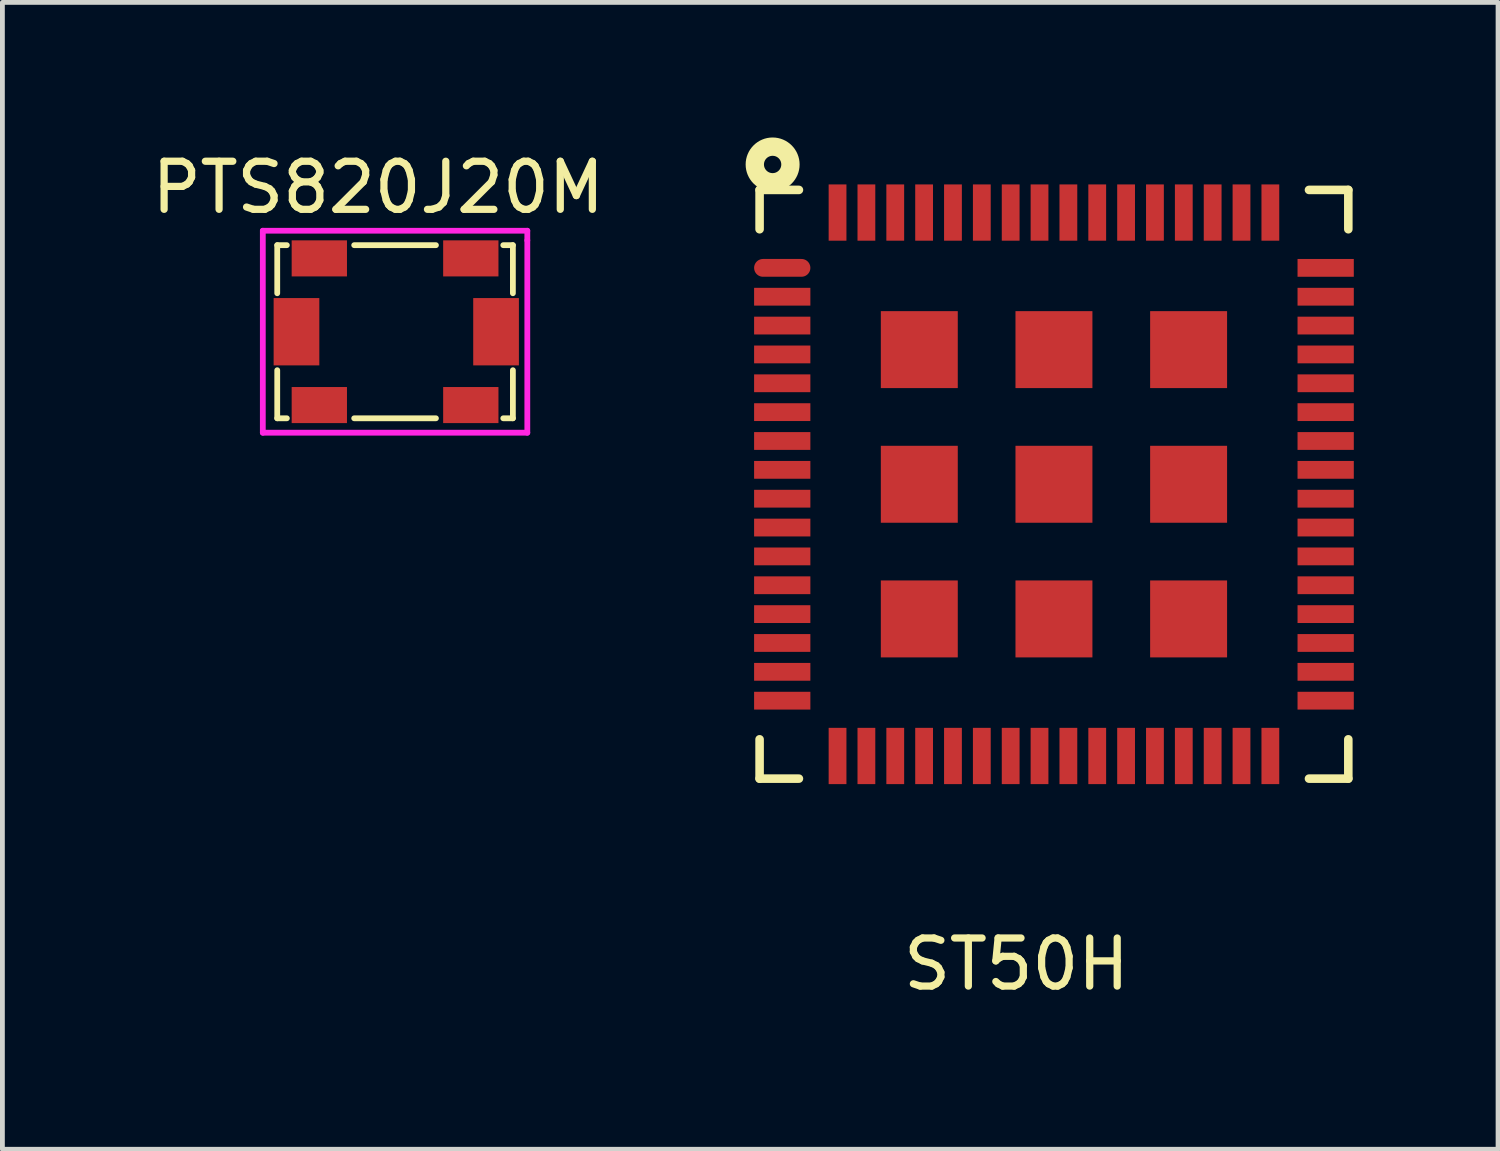
<source format=kicad_pcb>
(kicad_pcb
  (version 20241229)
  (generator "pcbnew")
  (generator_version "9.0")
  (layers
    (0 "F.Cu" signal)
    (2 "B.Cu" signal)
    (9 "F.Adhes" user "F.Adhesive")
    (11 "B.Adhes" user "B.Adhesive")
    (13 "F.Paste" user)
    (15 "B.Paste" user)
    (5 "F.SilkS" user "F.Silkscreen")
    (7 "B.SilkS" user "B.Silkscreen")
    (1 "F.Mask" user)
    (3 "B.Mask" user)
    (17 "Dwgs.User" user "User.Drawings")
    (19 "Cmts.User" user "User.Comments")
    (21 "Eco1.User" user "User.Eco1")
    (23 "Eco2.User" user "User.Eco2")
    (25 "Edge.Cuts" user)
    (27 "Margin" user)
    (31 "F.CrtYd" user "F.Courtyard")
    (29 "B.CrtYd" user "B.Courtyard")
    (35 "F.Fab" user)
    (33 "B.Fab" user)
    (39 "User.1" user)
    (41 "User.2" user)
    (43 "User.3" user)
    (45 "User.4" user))
  (footprint "PTS820J20M"
    (layer "F.Cu")
    (at 2.615 3.148)
    (property "Reference" "PTS820J20M" (at 2.2 -2.3 180) (layer "F.SilkS") (effects (font (size 1 1) (thickness 0.15))))
    (attr through_hole)
    (fp_line (start 0.1 -1.1) (end 0.1 -0.1) (stroke (width 0.12) (type solid)) (layer "F.SilkS"))
    (fp_line (start 0.1 1.5) (end 0.1 2.5) (stroke (width 0.12) (type solid)) (layer "F.SilkS"))
    (fp_line (start 0.1 2.5) (end 0.3 2.5) (stroke (width 0.12) (type solid)) (layer "F.SilkS"))
    (fp_line (start 0.3 -1.1) (end 0.1 -1.1) (stroke (width 0.12) (type solid)) (layer "F.SilkS"))
    (fp_line (start 1.7 -1.1) (end 3.4 -1.1) (stroke (width 0.12) (type solid)) (layer "F.SilkS"))
    (fp_line (start 1.7 2.5) (end 3.4 2.5) (stroke (width 0.12) (type solid)) (layer "F.SilkS"))
    (fp_line (start 4.8 -1.1) (end 5 -1.1) (stroke (width 0.12) (type solid)) (layer "F.SilkS"))
    (fp_line (start 4.8 2.5) (end 5 2.5) (stroke (width 0.12) (type solid)) (layer "F.SilkS"))
    (fp_line (start 5 -1.1) (end 5 -0.1) (stroke (width 0.12) (type solid)) (layer "F.SilkS"))
    (fp_line (start 5 2.5) (end 5 1.5) (stroke (width 0.12) (type solid)) (layer "F.SilkS"))
    (fp_line (start -0.2 -1.4) (end 5.3 -1.4) (stroke (width 0.12) (type solid)) (layer "F.CrtYd"))
    (fp_line (start -0.2 2.8) (end -0.2 -1.4) (stroke (width 0.12) (type solid)) (layer "F.CrtYd"))
    (fp_line (start 5.3 -1.4) (end 5.3 -1.2) (stroke (width 0.12) (type solid)) (layer "F.CrtYd"))
    (fp_line (start 5.3 -1.2) (end 5.3 2.8) (stroke (width 0.12) (type solid)) (layer "F.CrtYd"))
    (fp_line (start 5.3 2.8) (end -0.2 2.8) (stroke (width 0.12) (type solid)) (layer "F.CrtYd"))
    (pad "1" smd rect (at 0.5 0.7) (size 0.95 1.4) (layers "F.Cu" "F.Mask" "F.Paste"))
    (pad "2" smd rect (at 4.65 0.7) (size 0.95 1.4) (layers "F.Cu" "F.Mask" "F.Paste"))
    (pad "3" smd rect (at 0.975 -0.825) (size 1.15 0.75) (layers "F.Cu" "F.Mask" "F.Paste"))
    (pad "4" smd rect (at 4.125 -0.825) (size 1.15 0.75) (layers "F.Cu" "F.Mask" "F.Paste"))
    (pad "5" smd rect (at 0.975 2.225) (size 1.15 0.75) (layers "F.Cu" "F.Mask" "F.Paste"))
    (pad "6" smd rect (at 4.125 2.225) (size 1.15 0.75) (layers "F.Cu" "F.Mask" "F.Paste")))
  (footprint "ST50H"
    (layer "F.Cu")
    (at 18.086 17.5)
    (property "Reference" "ST50H" (at 0 -0.5 0) (unlocked yes) (layer "F.SilkS") (effects (font (size 1 1) (thickness 0.15))))
    (attr smd)
    (fp_line (start -5.341 -16.601) (end -5.341 -15.783) (stroke (width 0.178) (type solid)) (layer "F.SilkS"))
    (fp_line (start -5.341 -16.601) (end -4.523 -16.601) (stroke (width 0.178) (type solid)) (layer "F.SilkS"))
    (fp_line (start -5.341 -5.177) (end -5.341 -4.359) (stroke (width 0.178) (type solid)) (layer "F.SilkS"))
    (fp_line (start -5.341 -4.359) (end -4.523 -4.359) (stroke (width 0.178) (type solid)) (layer "F.SilkS"))
    (fp_line (start 6.083 -16.601) (end 6.901 -16.601) (stroke (width 0.178) (type solid)) (layer "F.SilkS"))
    (fp_line (start 6.083 -4.359) (end 6.901 -4.359) (stroke (width 0.178) (type solid)) (layer "F.SilkS"))
    (fp_line (start 6.901 -16.601) (end 6.901 -15.783) (stroke (width 0.178) (type solid)) (layer "F.SilkS"))
    (fp_line (start 6.901 -5.177) (end 6.901 -4.359) (stroke (width 0.178) (type solid)) (layer "F.SilkS"))
    (fp_circle (center -5.07 -17.13) (end -4.89 -17.13) (stroke (width 0.381) (type solid)) (fill no) (layer "F.SilkS"))
    (fp_line (start -5.22 -16.48) (end -5.22 -4.48) (stroke (width 0.05) (type solid)) (layer "User.1"))
    (fp_line (start -5.22 -16.48) (end 6.78 -16.48) (stroke (width 0.05) (type solid)) (layer "User.1"))
    (fp_line (start -5.22 -4.48) (end 6.78 -4.48) (stroke (width 0.05) (type solid)) (layer "User.1"))
    (fp_line (start 6.78 -16.48) (end 6.78 -4.48) (stroke (width 0.05) (type solid)) (layer "User.1"))
    (pad "1" smd oval (at -4.87 -14.98 270) (size 0.37 1.17) (layers "F.Cu" "F.Mask" "F.Paste"))
    (pad "2" smd rect (at -4.87 -14.38 90) (size 0.37 1.17) (layers "F.Cu" "F.Mask" "F.Paste"))
    (pad "3" smd rect (at -4.87 -13.78 90) (size 0.37 1.17) (layers "F.Cu" "F.Mask" "F.Paste"))
    (pad "4" smd rect (at -4.87 -13.18 270) (size 0.37 1.17) (layers "F.Cu" "F.Mask" "F.Paste"))
    (pad "5" smd rect (at -4.87 -12.58 270) (size 0.37 1.17) (layers "F.Cu" "F.Mask" "F.Paste"))
    (pad "6" smd rect (at -4.87 -11.98 270) (size 0.37 1.17) (layers "F.Cu" "F.Mask" "F.Paste"))
    (pad "7" smd rect (at -4.87 -11.38 270) (size 0.37 1.17) (layers "F.Cu" "F.Mask" "F.Paste"))
    (pad "8" smd rect (at -4.87 -10.78 270) (size 0.37 1.17) (layers "F.Cu" "F.Mask" "F.Paste"))
    (pad "9" smd rect (at -4.87 -10.18 270) (size 0.37 1.17) (layers "F.Cu" "F.Mask" "F.Paste"))
    (pad "10" smd rect (at -4.87 -9.58 270) (size 0.37 1.17) (layers "F.Cu" "F.Mask" "F.Paste"))
    (pad "11" smd rect (at -4.87 -8.98 270) (size 0.37 1.17) (layers "F.Cu" "F.Mask" "F.Paste"))
    (pad "12" smd rect (at -4.87 -8.38 270) (size 0.37 1.17) (layers "F.Cu" "F.Mask" "F.Paste"))
    (pad "13" smd rect (at -4.87 -7.78 270) (size 0.37 1.17) (layers "F.Cu" "F.Mask" "F.Paste"))
    (pad "14" smd rect (at -4.87 -7.18 270) (size 0.37 1.17) (layers "F.Cu" "F.Mask" "F.Paste"))
    (pad "15" smd rect (at -4.87 -6.58 270) (size 0.37 1.17) (layers "F.Cu" "F.Mask" "F.Paste"))
    (pad "16" smd rect (at -4.87 -5.98 270) (size 0.37 1.17) (layers "F.Cu" "F.Mask" "F.Paste"))
    (pad "17" smd rect (at -3.72 -4.83) (size 0.37 1.17) (layers "F.Cu" "F.Mask" "F.Paste"))
    (pad "18" smd rect (at -3.12 -4.83) (size 0.37 1.17) (layers "F.Cu" "F.Mask" "F.Paste"))
    (pad "19" smd rect (at -2.52 -4.83) (size 0.37 1.17) (layers "F.Cu" "F.Mask" "F.Paste"))
    (pad "20" smd rect (at -1.92 -4.83) (size 0.37 1.17) (layers "F.Cu" "F.Mask" "F.Paste"))
    (pad "21" smd rect (at -1.32 -4.83) (size 0.37 1.17) (layers "F.Cu" "F.Mask" "F.Paste"))
    (pad "22" smd rect (at -0.72 -4.83) (size 0.37 1.17) (layers "F.Cu" "F.Mask" "F.Paste"))
    (pad "23" smd rect (at -0.12 -4.83) (size 0.37 1.17) (layers "F.Cu" "F.Mask" "F.Paste"))
    (pad "24" smd rect (at 0.48 -4.83) (size 0.37 1.17) (layers "F.Cu" "F.Mask" "F.Paste"))
    (pad "25" smd rect (at 1.08 -4.83) (size 0.37 1.17) (layers "F.Cu" "F.Mask" "F.Paste"))
    (pad "26" smd rect (at 1.68 -4.83) (size 0.37 1.17) (layers "F.Cu" "F.Mask" "F.Paste"))
    (pad "27" smd rect (at 2.28 -4.83) (size 0.37 1.17) (layers "F.Cu" "F.Mask" "F.Paste"))
    (pad "28" smd rect (at 2.88 -4.83) (size 0.37 1.17) (layers "F.Cu" "F.Mask" "F.Paste"))
    (pad "29" smd rect (at 3.48 -4.83) (size 0.37 1.17) (layers "F.Cu" "F.Mask" "F.Paste"))
    (pad "30" smd rect (at 4.08 -4.83) (size 0.37 1.17) (layers "F.Cu" "F.Mask" "F.Paste"))
    (pad "31" smd rect (at 4.68 -4.83) (size 0.37 1.17) (layers "F.Cu" "F.Mask" "F.Paste"))
    (pad "32" smd rect (at 5.28 -4.83) (size 0.37 1.17) (layers "F.Cu" "F.Mask" "F.Paste"))
    (pad "33" smd rect (at 6.43 -5.98 90) (size 0.37 1.17) (layers "F.Cu" "F.Mask" "F.Paste"))
    (pad "34" smd rect (at 6.43 -6.58 90) (size 0.37 1.17) (layers "F.Cu" "F.Mask" "F.Paste"))
    (pad "35" smd rect (at 6.43 -7.18 90) (size 0.37 1.17) (layers "F.Cu" "F.Mask" "F.Paste"))
    (pad "36" smd rect (at 6.43 -7.78 90) (size 0.37 1.17) (layers "F.Cu" "F.Mask" "F.Paste"))
    (pad "37" smd rect (at 6.43 -8.38 90) (size 0.37 1.17) (layers "F.Cu" "F.Mask" "F.Paste"))
    (pad "38" smd rect (at 6.43 -8.98 90) (size 0.37 1.17) (layers "F.Cu" "F.Mask" "F.Paste"))
    (pad "39" smd rect (at 6.43 -9.58 90) (size 0.37 1.17) (layers "F.Cu" "F.Mask" "F.Paste"))
    (pad "40" smd rect (at 6.43 -10.18 90) (size 0.37 1.17) (layers "F.Cu" "F.Mask" "F.Paste"))
    (pad "41" smd rect (at 6.43 -10.78 90) (size 0.37 1.17) (layers "F.Cu" "F.Mask" "F.Paste"))
    (pad "42" smd rect (at 6.43 -11.38 90) (size 0.37 1.17) (layers "F.Cu" "F.Mask" "F.Paste"))
    (pad "43" smd rect (at 6.43 -11.98 90) (size 0.37 1.17) (layers "F.Cu" "F.Mask" "F.Paste"))
    (pad "44" smd rect (at 6.43 -12.58 90) (size 0.37 1.17) (layers "F.Cu" "F.Mask" "F.Paste"))
    (pad "45" smd rect (at 6.43 -13.18 90) (size 0.37 1.17) (layers "F.Cu" "F.Mask" "F.Paste"))
    (pad "46" smd rect (at 6.43 -13.78 90) (size 0.37 1.17) (layers "F.Cu" "F.Mask" "F.Paste"))
    (pad "47" smd rect (at 6.43 -14.38 90) (size 0.37 1.17) (layers "F.Cu" "F.Mask" "F.Paste"))
    (pad "48" smd rect (at 6.43 -14.98 90) (size 0.37 1.17) (layers "F.Cu" "F.Mask" "F.Paste"))
    (pad "49" smd rect (at 5.28 -16.13 180) (size 0.37 1.17) (layers "F.Cu" "F.Mask" "F.Paste"))
    (pad "50" smd rect (at 4.68 -16.13 180) (size 0.37 1.17) (layers "F.Cu" "F.Mask" "F.Paste"))
    (pad "51" smd rect (at 4.08 -16.13 180) (size 0.37 1.17) (layers "F.Cu" "F.Mask" "F.Paste"))
    (pad "52" smd rect (at 3.48 -16.13 180) (size 0.37 1.17) (layers "F.Cu" "F.Mask" "F.Paste"))
    (pad "53" smd rect (at 2.88 -16.13 180) (size 0.37 1.17) (layers "F.Cu" "F.Mask" "F.Paste"))
    (pad "54" smd rect (at 2.28 -16.13 180) (size 0.37 1.17) (layers "F.Cu" "F.Mask" "F.Paste"))
    (pad "55" smd rect (at 1.68 -16.13 180) (size 0.37 1.17) (layers "F.Cu" "F.Mask" "F.Paste"))
    (pad "56" smd rect (at 1.08 -16.13 180) (size 0.37 1.17) (layers "F.Cu" "F.Mask" "F.Paste"))
    (pad "57" smd rect (at 0.48 -16.13 180) (size 0.37 1.17) (layers "F.Cu" "F.Mask" "F.Paste"))
    (pad "58" smd rect (at -0.12 -16.13 180) (size 0.37 1.17) (layers "F.Cu" "F.Mask" "F.Paste"))
    (pad "59" smd rect (at -0.72 -16.13 180) (size 0.37 1.17) (layers "F.Cu" "F.Mask" "F.Paste"))
    (pad "60" smd rect (at -1.32 -16.13 180) (size 0.37 1.17) (layers "F.Cu" "F.Mask" "F.Paste"))
    (pad "61" smd rect (at -1.92 -16.13 180) (size 0.37 1.17) (layers "F.Cu" "F.Mask" "F.Paste"))
    (pad "62" smd rect (at -2.52 -16.13 180) (size 0.37 1.17) (layers "F.Cu" "F.Mask" "F.Paste"))
    (pad "63" smd rect (at -3.12 -16.13 180) (size 0.37 1.17) (layers "F.Cu" "F.Mask" "F.Paste"))
    (pad "64" smd rect (at -3.72 -16.13 180) (size 0.37 1.17) (layers "F.Cu" "F.Mask" "F.Paste"))
    (pad "65" smd rect (at -2.02 -13.28 180) (size 1.6 1.6) (layers "F.Cu" "F.Mask" "F.Paste"))
    (pad "66" smd rect (at 0.78 -13.28 180) (size 1.6 1.6) (layers "F.Cu" "F.Mask" "F.Paste"))
    (pad "67" smd rect (at 3.58 -13.28 180) (size 1.6 1.6) (layers "F.Cu" "F.Mask" "F.Paste"))
    (pad "68" smd rect (at -2.02 -10.48 180) (size 1.6 1.6) (layers "F.Cu" "F.Mask" "F.Paste"))
    (pad "69" smd rect (at 0.78 -10.48 180) (size 1.6 1.6) (layers "F.Cu" "F.Mask" "F.Paste"))
    (pad "70" smd rect (at 3.58 -10.48 180) (size 1.6 1.6) (layers "F.Cu" "F.Mask" "F.Paste"))
    (pad "71" smd rect (at -2.02 -7.68 180) (size 1.6 1.6) (layers "F.Cu" "F.Mask" "F.Paste"))
    (pad "72" smd rect (at 0.78 -7.68 180) (size 1.6 1.6) (layers "F.Cu" "F.Mask" "F.Paste"))
    (pad "73" smd rect (at 3.58 -7.68 180) (size 1.6 1.6) (layers "F.Cu" "F.Mask" "F.Paste")))
  (gr_rect
    (start -3 -3)
    (end 28.101 20.848)
    (stroke (width 0.1) (type default))
    (fill no)
    (layer "Edge.Cuts")))
</source>
